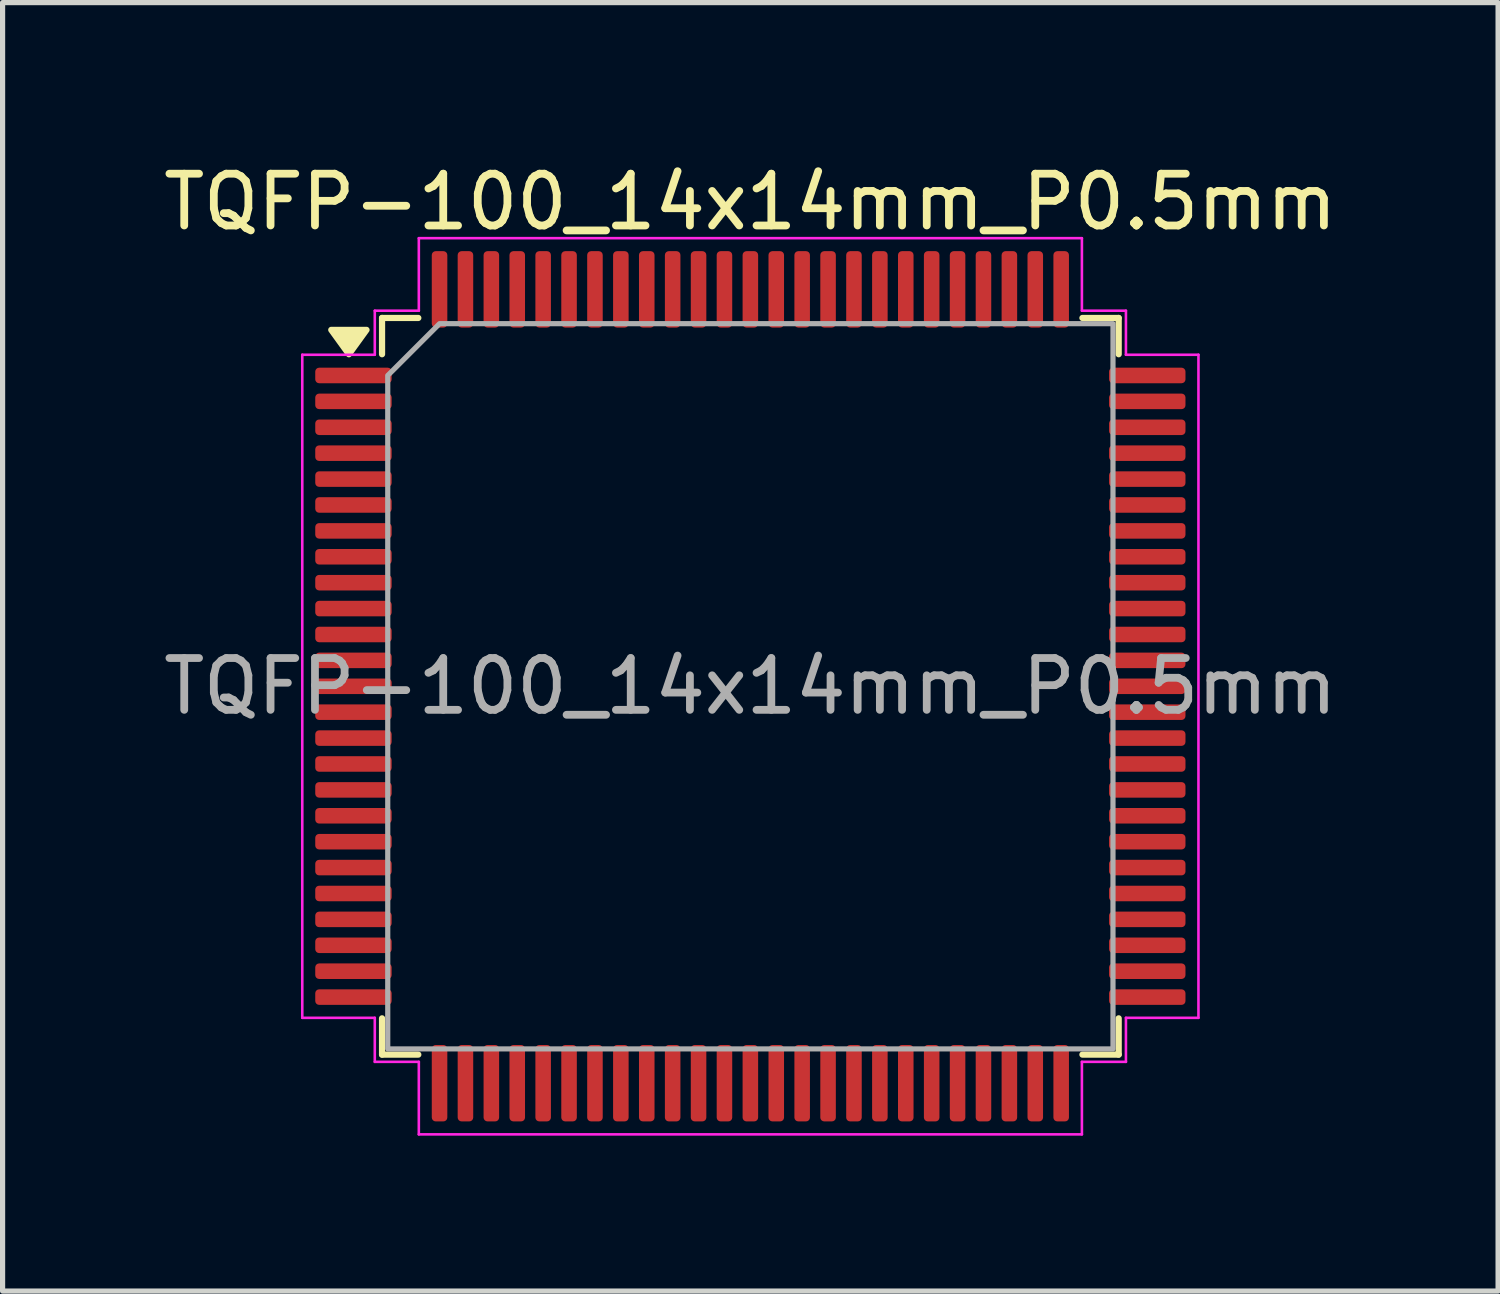
<source format=kicad_pcb>
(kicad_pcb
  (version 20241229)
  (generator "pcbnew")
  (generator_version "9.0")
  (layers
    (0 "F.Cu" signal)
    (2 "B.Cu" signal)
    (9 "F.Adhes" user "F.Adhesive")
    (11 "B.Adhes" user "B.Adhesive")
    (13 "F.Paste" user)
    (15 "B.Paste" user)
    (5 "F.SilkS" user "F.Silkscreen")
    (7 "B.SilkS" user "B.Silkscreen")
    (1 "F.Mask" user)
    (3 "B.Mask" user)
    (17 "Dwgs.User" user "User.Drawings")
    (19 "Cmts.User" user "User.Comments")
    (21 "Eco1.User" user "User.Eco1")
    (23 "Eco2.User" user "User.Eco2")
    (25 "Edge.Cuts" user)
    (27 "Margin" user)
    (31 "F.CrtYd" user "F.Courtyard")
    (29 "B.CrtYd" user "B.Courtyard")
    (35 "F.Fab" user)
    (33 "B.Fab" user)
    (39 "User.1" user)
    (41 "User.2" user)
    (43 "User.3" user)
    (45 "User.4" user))
  (footprint "TQFP-100_14x14mm_P0.5mm"
    (layer "F.Cu")
    (at 11.435 10.198)
    (property "Reference" "TQFP-100_14x14mm_P0.5mm" (at 0 -9.35 0) (layer "F.SilkS") (effects (font (size 1 1) (thickness 0.15))))
    (attr smd)
    (fp_line (start -7.11 -7.11) (end -6.41 -7.11) (stroke (width 0.12) (type solid)) (layer "F.SilkS"))
    (fp_line (start -7.11 -6.41) (end -7.11 -7.11) (stroke (width 0.12) (type solid)) (layer "F.SilkS"))
    (fp_line (start -7.11 7.11) (end -7.11 6.41) (stroke (width 0.12) (type solid)) (layer "F.SilkS"))
    (fp_line (start -6.41 7.11) (end -7.11 7.11) (stroke (width 0.12) (type solid)) (layer "F.SilkS"))
    (fp_line (start 6.41 -7.11) (end 7.11 -7.11) (stroke (width 0.12) (type solid)) (layer "F.SilkS"))
    (fp_line (start 7.11 -7.11) (end 7.11 -6.41) (stroke (width 0.12) (type solid)) (layer "F.SilkS"))
    (fp_line (start 7.11 6.41) (end 7.11 7.11) (stroke (width 0.12) (type solid)) (layer "F.SilkS"))
    (fp_line (start 7.11 7.11) (end 6.41 7.11) (stroke (width 0.12) (type solid)) (layer "F.SilkS"))
    (fp_poly (pts (xy -7.75 -6.41) (xy -8.09 -6.88) (xy -7.41 -6.88)) (stroke (width 0.12) (type solid)) (fill yes) (layer "F.SilkS"))
    (fp_line (start -8.65 -6.4) (end -7.25 -6.4) (stroke (width 0.05) (type solid)) (layer "F.CrtYd"))
    (fp_line (start -8.65 6.4) (end -8.65 -6.4) (stroke (width 0.05) (type solid)) (layer "F.CrtYd"))
    (fp_line (start -7.25 -7.25) (end -6.4 -7.25) (stroke (width 0.05) (type solid)) (layer "F.CrtYd"))
    (fp_line (start -7.25 -6.4) (end -7.25 -7.25) (stroke (width 0.05) (type solid)) (layer "F.CrtYd"))
    (fp_line (start -7.25 6.4) (end -8.65 6.4) (stroke (width 0.05) (type solid)) (layer "F.CrtYd"))
    (fp_line (start -7.25 7.25) (end -7.25 6.4) (stroke (width 0.05) (type solid)) (layer "F.CrtYd"))
    (fp_line (start -6.4 -8.65) (end 6.4 -8.65) (stroke (width 0.05) (type solid)) (layer "F.CrtYd"))
    (fp_line (start -6.4 -7.25) (end -6.4 -8.65) (stroke (width 0.05) (type solid)) (layer "F.CrtYd"))
    (fp_line (start -6.4 7.25) (end -7.25 7.25) (stroke (width 0.05) (type solid)) (layer "F.CrtYd"))
    (fp_line (start -6.4 8.65) (end -6.4 7.25) (stroke (width 0.05) (type solid)) (layer "F.CrtYd"))
    (fp_line (start 6.4 -8.65) (end 6.4 -7.25) (stroke (width 0.05) (type solid)) (layer "F.CrtYd"))
    (fp_line (start 6.4 -7.25) (end 7.25 -7.25) (stroke (width 0.05) (type solid)) (layer "F.CrtYd"))
    (fp_line (start 6.4 7.25) (end 6.4 8.65) (stroke (width 0.05) (type solid)) (layer "F.CrtYd"))
    (fp_line (start 6.4 8.65) (end -6.4 8.65) (stroke (width 0.05) (type solid)) (layer "F.CrtYd"))
    (fp_line (start 7.25 -7.25) (end 7.25 -6.4) (stroke (width 0.05) (type solid)) (layer "F.CrtYd"))
    (fp_line (start 7.25 -6.4) (end 8.65 -6.4) (stroke (width 0.05) (type solid)) (layer "F.CrtYd"))
    (fp_line (start 7.25 6.4) (end 7.25 7.25) (stroke (width 0.05) (type solid)) (layer "F.CrtYd"))
    (fp_line (start 7.25 7.25) (end 6.4 7.25) (stroke (width 0.05) (type solid)) (layer "F.CrtYd"))
    (fp_line (start 8.65 -6.4) (end 8.65 6.4) (stroke (width 0.05) (type solid)) (layer "F.CrtYd"))
    (fp_line (start 8.65 6.4) (end 7.25 6.4) (stroke (width 0.05) (type solid)) (layer "F.CrtYd"))
    (fp_poly (pts (xy -7 -6) (xy -7 7) (xy 7 7) (xy 7 -7) (xy -6 -7)) (stroke (width 0.1) (type solid)) (fill no) (layer "F.Fab"))
    (fp_text user "${REFERENCE}" (at 0 0 0) (layer "F.Fab") (effects (font (size 1 1) (thickness 0.15))))
    (pad "1" smd roundrect (at -7.662 -6) (size 1.475 0.3) (layers "F.Cu" "F.Mask" "F.Paste") (roundrect_rratio 0.25))
    (pad "2" smd roundrect (at -7.662 -5.5) (size 1.475 0.3) (layers "F.Cu" "F.Mask" "F.Paste") (roundrect_rratio 0.25))
    (pad "3" smd roundrect (at -7.662 -5) (size 1.475 0.3) (layers "F.Cu" "F.Mask" "F.Paste") (roundrect_rratio 0.25))
    (pad "4" smd roundrect (at -7.662 -4.5) (size 1.475 0.3) (layers "F.Cu" "F.Mask" "F.Paste") (roundrect_rratio 0.25))
    (pad "5" smd roundrect (at -7.662 -4) (size 1.475 0.3) (layers "F.Cu" "F.Mask" "F.Paste") (roundrect_rratio 0.25))
    (pad "6" smd roundrect (at -7.662 -3.5) (size 1.475 0.3) (layers "F.Cu" "F.Mask" "F.Paste") (roundrect_rratio 0.25))
    (pad "7" smd roundrect (at -7.662 -3) (size 1.475 0.3) (layers "F.Cu" "F.Mask" "F.Paste") (roundrect_rratio 0.25))
    (pad "8" smd roundrect (at -7.662 -2.5) (size 1.475 0.3) (layers "F.Cu" "F.Mask" "F.Paste") (roundrect_rratio 0.25))
    (pad "9" smd roundrect (at -7.662 -2) (size 1.475 0.3) (layers "F.Cu" "F.Mask" "F.Paste") (roundrect_rratio 0.25))
    (pad "10" smd roundrect (at -7.662 -1.5) (size 1.475 0.3) (layers "F.Cu" "F.Mask" "F.Paste") (roundrect_rratio 0.25))
    (pad "11" smd roundrect (at -7.662 -1) (size 1.475 0.3) (layers "F.Cu" "F.Mask" "F.Paste") (roundrect_rratio 0.25))
    (pad "12" smd roundrect (at -7.662 -0.5) (size 1.475 0.3) (layers "F.Cu" "F.Mask" "F.Paste") (roundrect_rratio 0.25))
    (pad "13" smd roundrect (at -7.662 0) (size 1.475 0.3) (layers "F.Cu" "F.Mask" "F.Paste") (roundrect_rratio 0.25))
    (pad "14" smd roundrect (at -7.662 0.5) (size 1.475 0.3) (layers "F.Cu" "F.Mask" "F.Paste") (roundrect_rratio 0.25))
    (pad "15" smd roundrect (at -7.662 1) (size 1.475 0.3) (layers "F.Cu" "F.Mask" "F.Paste") (roundrect_rratio 0.25))
    (pad "16" smd roundrect (at -7.662 1.5) (size 1.475 0.3) (layers "F.Cu" "F.Mask" "F.Paste") (roundrect_rratio 0.25))
    (pad "17" smd roundrect (at -7.662 2) (size 1.475 0.3) (layers "F.Cu" "F.Mask" "F.Paste") (roundrect_rratio 0.25))
    (pad "18" smd roundrect (at -7.662 2.5) (size 1.475 0.3) (layers "F.Cu" "F.Mask" "F.Paste") (roundrect_rratio 0.25))
    (pad "19" smd roundrect (at -7.662 3) (size 1.475 0.3) (layers "F.Cu" "F.Mask" "F.Paste") (roundrect_rratio 0.25))
    (pad "20" smd roundrect (at -7.662 3.5) (size 1.475 0.3) (layers "F.Cu" "F.Mask" "F.Paste") (roundrect_rratio 0.25))
    (pad "21" smd roundrect (at -7.662 4) (size 1.475 0.3) (layers "F.Cu" "F.Mask" "F.Paste") (roundrect_rratio 0.25))
    (pad "22" smd roundrect (at -7.662 4.5) (size 1.475 0.3) (layers "F.Cu" "F.Mask" "F.Paste") (roundrect_rratio 0.25))
    (pad "23" smd roundrect (at -7.662 5) (size 1.475 0.3) (layers "F.Cu" "F.Mask" "F.Paste") (roundrect_rratio 0.25))
    (pad "24" smd roundrect (at -7.662 5.5) (size 1.475 0.3) (layers "F.Cu" "F.Mask" "F.Paste") (roundrect_rratio 0.25))
    (pad "25" smd roundrect (at -7.662 6) (size 1.475 0.3) (layers "F.Cu" "F.Mask" "F.Paste") (roundrect_rratio 0.25))
    (pad "26" smd roundrect (at -6 7.662) (size 0.3 1.475) (layers "F.Cu" "F.Mask" "F.Paste") (roundrect_rratio 0.25))
    (pad "27" smd roundrect (at -5.5 7.662) (size 0.3 1.475) (layers "F.Cu" "F.Mask" "F.Paste") (roundrect_rratio 0.25))
    (pad "28" smd roundrect (at -5 7.662) (size 0.3 1.475) (layers "F.Cu" "F.Mask" "F.Paste") (roundrect_rratio 0.25))
    (pad "29" smd roundrect (at -4.5 7.662) (size 0.3 1.475) (layers "F.Cu" "F.Mask" "F.Paste") (roundrect_rratio 0.25))
    (pad "30" smd roundrect (at -4 7.662) (size 0.3 1.475) (layers "F.Cu" "F.Mask" "F.Paste") (roundrect_rratio 0.25))
    (pad "31" smd roundrect (at -3.5 7.662) (size 0.3 1.475) (layers "F.Cu" "F.Mask" "F.Paste") (roundrect_rratio 0.25))
    (pad "32" smd roundrect (at -3 7.662) (size 0.3 1.475) (layers "F.Cu" "F.Mask" "F.Paste") (roundrect_rratio 0.25))
    (pad "33" smd roundrect (at -2.5 7.662) (size 0.3 1.475) (layers "F.Cu" "F.Mask" "F.Paste") (roundrect_rratio 0.25))
    (pad "34" smd roundrect (at -2 7.662) (size 0.3 1.475) (layers "F.Cu" "F.Mask" "F.Paste") (roundrect_rratio 0.25))
    (pad "35" smd roundrect (at -1.5 7.662) (size 0.3 1.475) (layers "F.Cu" "F.Mask" "F.Paste") (roundrect_rratio 0.25))
    (pad "36" smd roundrect (at -1 7.662) (size 0.3 1.475) (layers "F.Cu" "F.Mask" "F.Paste") (roundrect_rratio 0.25))
    (pad "37" smd roundrect (at -0.5 7.662) (size 0.3 1.475) (layers "F.Cu" "F.Mask" "F.Paste") (roundrect_rratio 0.25))
    (pad "38" smd roundrect (at 0 7.662) (size 0.3 1.475) (layers "F.Cu" "F.Mask" "F.Paste") (roundrect_rratio 0.25))
    (pad "39" smd roundrect (at 0.5 7.662) (size 0.3 1.475) (layers "F.Cu" "F.Mask" "F.Paste") (roundrect_rratio 0.25))
    (pad "40" smd roundrect (at 1 7.662) (size 0.3 1.475) (layers "F.Cu" "F.Mask" "F.Paste") (roundrect_rratio 0.25))
    (pad "41" smd roundrect (at 1.5 7.662) (size 0.3 1.475) (layers "F.Cu" "F.Mask" "F.Paste") (roundrect_rratio 0.25))
    (pad "42" smd roundrect (at 2 7.662) (size 0.3 1.475) (layers "F.Cu" "F.Mask" "F.Paste") (roundrect_rratio 0.25))
    (pad "43" smd roundrect (at 2.5 7.662) (size 0.3 1.475) (layers "F.Cu" "F.Mask" "F.Paste") (roundrect_rratio 0.25))
    (pad "44" smd roundrect (at 3 7.662) (size 0.3 1.475) (layers "F.Cu" "F.Mask" "F.Paste") (roundrect_rratio 0.25))
    (pad "45" smd roundrect (at 3.5 7.662) (size 0.3 1.475) (layers "F.Cu" "F.Mask" "F.Paste") (roundrect_rratio 0.25))
    (pad "46" smd roundrect (at 4 7.662) (size 0.3 1.475) (layers "F.Cu" "F.Mask" "F.Paste") (roundrect_rratio 0.25))
    (pad "47" smd roundrect (at 4.5 7.662) (size 0.3 1.475) (layers "F.Cu" "F.Mask" "F.Paste") (roundrect_rratio 0.25))
    (pad "48" smd roundrect (at 5 7.662) (size 0.3 1.475) (layers "F.Cu" "F.Mask" "F.Paste") (roundrect_rratio 0.25))
    (pad "49" smd roundrect (at 5.5 7.662) (size 0.3 1.475) (layers "F.Cu" "F.Mask" "F.Paste") (roundrect_rratio 0.25))
    (pad "50" smd roundrect (at 6 7.662) (size 0.3 1.475) (layers "F.Cu" "F.Mask" "F.Paste") (roundrect_rratio 0.25))
    (pad "51" smd roundrect (at 7.662 6) (size 1.475 0.3) (layers "F.Cu" "F.Mask" "F.Paste") (roundrect_rratio 0.25))
    (pad "52" smd roundrect (at 7.662 5.5) (size 1.475 0.3) (layers "F.Cu" "F.Mask" "F.Paste") (roundrect_rratio 0.25))
    (pad "53" smd roundrect (at 7.662 5) (size 1.475 0.3) (layers "F.Cu" "F.Mask" "F.Paste") (roundrect_rratio 0.25))
    (pad "54" smd roundrect (at 7.662 4.5) (size 1.475 0.3) (layers "F.Cu" "F.Mask" "F.Paste") (roundrect_rratio 0.25))
    (pad "55" smd roundrect (at 7.662 4) (size 1.475 0.3) (layers "F.Cu" "F.Mask" "F.Paste") (roundrect_rratio 0.25))
    (pad "56" smd roundrect (at 7.662 3.5) (size 1.475 0.3) (layers "F.Cu" "F.Mask" "F.Paste") (roundrect_rratio 0.25))
    (pad "57" smd roundrect (at 7.662 3) (size 1.475 0.3) (layers "F.Cu" "F.Mask" "F.Paste") (roundrect_rratio 0.25))
    (pad "58" smd roundrect (at 7.662 2.5) (size 1.475 0.3) (layers "F.Cu" "F.Mask" "F.Paste") (roundrect_rratio 0.25))
    (pad "59" smd roundrect (at 7.662 2) (size 1.475 0.3) (layers "F.Cu" "F.Mask" "F.Paste") (roundrect_rratio 0.25))
    (pad "60" smd roundrect (at 7.662 1.5) (size 1.475 0.3) (layers "F.Cu" "F.Mask" "F.Paste") (roundrect_rratio 0.25))
    (pad "61" smd roundrect (at 7.662 1) (size 1.475 0.3) (layers "F.Cu" "F.Mask" "F.Paste") (roundrect_rratio 0.25))
    (pad "62" smd roundrect (at 7.662 0.5) (size 1.475 0.3) (layers "F.Cu" "F.Mask" "F.Paste") (roundrect_rratio 0.25))
    (pad "63" smd roundrect (at 7.662 0) (size 1.475 0.3) (layers "F.Cu" "F.Mask" "F.Paste") (roundrect_rratio 0.25))
    (pad "64" smd roundrect (at 7.662 -0.5) (size 1.475 0.3) (layers "F.Cu" "F.Mask" "F.Paste") (roundrect_rratio 0.25))
    (pad "65" smd roundrect (at 7.662 -1) (size 1.475 0.3) (layers "F.Cu" "F.Mask" "F.Paste") (roundrect_rratio 0.25))
    (pad "66" smd roundrect (at 7.662 -1.5) (size 1.475 0.3) (layers "F.Cu" "F.Mask" "F.Paste") (roundrect_rratio 0.25))
    (pad "67" smd roundrect (at 7.662 -2) (size 1.475 0.3) (layers "F.Cu" "F.Mask" "F.Paste") (roundrect_rratio 0.25))
    (pad "68" smd roundrect (at 7.662 -2.5) (size 1.475 0.3) (layers "F.Cu" "F.Mask" "F.Paste") (roundrect_rratio 0.25))
    (pad "69" smd roundrect (at 7.662 -3) (size 1.475 0.3) (layers "F.Cu" "F.Mask" "F.Paste") (roundrect_rratio 0.25))
    (pad "70" smd roundrect (at 7.662 -3.5) (size 1.475 0.3) (layers "F.Cu" "F.Mask" "F.Paste") (roundrect_rratio 0.25))
    (pad "71" smd roundrect (at 7.662 -4) (size 1.475 0.3) (layers "F.Cu" "F.Mask" "F.Paste") (roundrect_rratio 0.25))
    (pad "72" smd roundrect (at 7.662 -4.5) (size 1.475 0.3) (layers "F.Cu" "F.Mask" "F.Paste") (roundrect_rratio 0.25))
    (pad "73" smd roundrect (at 7.662 -5) (size 1.475 0.3) (layers "F.Cu" "F.Mask" "F.Paste") (roundrect_rratio 0.25))
    (pad "74" smd roundrect (at 7.662 -5.5) (size 1.475 0.3) (layers "F.Cu" "F.Mask" "F.Paste") (roundrect_rratio 0.25))
    (pad "75" smd roundrect (at 7.662 -6) (size 1.475 0.3) (layers "F.Cu" "F.Mask" "F.Paste") (roundrect_rratio 0.25))
    (pad "76" smd roundrect (at 6 -7.662) (size 0.3 1.475) (layers "F.Cu" "F.Mask" "F.Paste") (roundrect_rratio 0.25))
    (pad "77" smd roundrect (at 5.5 -7.662) (size 0.3 1.475) (layers "F.Cu" "F.Mask" "F.Paste") (roundrect_rratio 0.25))
    (pad "78" smd roundrect (at 5 -7.662) (size 0.3 1.475) (layers "F.Cu" "F.Mask" "F.Paste") (roundrect_rratio 0.25))
    (pad "79" smd roundrect (at 4.5 -7.662) (size 0.3 1.475) (layers "F.Cu" "F.Mask" "F.Paste") (roundrect_rratio 0.25))
    (pad "80" smd roundrect (at 4 -7.662) (size 0.3 1.475) (layers "F.Cu" "F.Mask" "F.Paste") (roundrect_rratio 0.25))
    (pad "81" smd roundrect (at 3.5 -7.662) (size 0.3 1.475) (layers "F.Cu" "F.Mask" "F.Paste") (roundrect_rratio 0.25))
    (pad "82" smd roundrect (at 3 -7.662) (size 0.3 1.475) (layers "F.Cu" "F.Mask" "F.Paste") (roundrect_rratio 0.25))
    (pad "83" smd roundrect (at 2.5 -7.662) (size 0.3 1.475) (layers "F.Cu" "F.Mask" "F.Paste") (roundrect_rratio 0.25))
    (pad "84" smd roundrect (at 2 -7.662) (size 0.3 1.475) (layers "F.Cu" "F.Mask" "F.Paste") (roundrect_rratio 0.25))
    (pad "85" smd roundrect (at 1.5 -7.662) (size 0.3 1.475) (layers "F.Cu" "F.Mask" "F.Paste") (roundrect_rratio 0.25))
    (pad "86" smd roundrect (at 1 -7.662) (size 0.3 1.475) (layers "F.Cu" "F.Mask" "F.Paste") (roundrect_rratio 0.25))
    (pad "87" smd roundrect (at 0.5 -7.662) (size 0.3 1.475) (layers "F.Cu" "F.Mask" "F.Paste") (roundrect_rratio 0.25))
    (pad "88" smd roundrect (at 0 -7.662) (size 0.3 1.475) (layers "F.Cu" "F.Mask" "F.Paste") (roundrect_rratio 0.25))
    (pad "89" smd roundrect (at -0.5 -7.662) (size 0.3 1.475) (layers "F.Cu" "F.Mask" "F.Paste") (roundrect_rratio 0.25))
    (pad "90" smd roundrect (at -1 -7.662) (size 0.3 1.475) (layers "F.Cu" "F.Mask" "F.Paste") (roundrect_rratio 0.25))
    (pad "91" smd roundrect (at -1.5 -7.662) (size 0.3 1.475) (layers "F.Cu" "F.Mask" "F.Paste") (roundrect_rratio 0.25))
    (pad "92" smd roundrect (at -2 -7.662) (size 0.3 1.475) (layers "F.Cu" "F.Mask" "F.Paste") (roundrect_rratio 0.25))
    (pad "93" smd roundrect (at -2.5 -7.662) (size 0.3 1.475) (layers "F.Cu" "F.Mask" "F.Paste") (roundrect_rratio 0.25))
    (pad "94" smd roundrect (at -3 -7.662) (size 0.3 1.475) (layers "F.Cu" "F.Mask" "F.Paste") (roundrect_rratio 0.25))
    (pad "95" smd roundrect (at -3.5 -7.662) (size 0.3 1.475) (layers "F.Cu" "F.Mask" "F.Paste") (roundrect_rratio 0.25))
    (pad "96" smd roundrect (at -4 -7.662) (size 0.3 1.475) (layers "F.Cu" "F.Mask" "F.Paste") (roundrect_rratio 0.25))
    (pad "97" smd roundrect (at -4.5 -7.662) (size 0.3 1.475) (layers "F.Cu" "F.Mask" "F.Paste") (roundrect_rratio 0.25))
    (pad "98" smd roundrect (at -5 -7.662) (size 0.3 1.475) (layers "F.Cu" "F.Mask" "F.Paste") (roundrect_rratio 0.25))
    (pad "99" smd roundrect (at -5.5 -7.662) (size 0.3 1.475) (layers "F.Cu" "F.Mask" "F.Paste") (roundrect_rratio 0.25))
    (pad "100" smd roundrect (at -6 -7.662) (size 0.3 1.475) (layers "F.Cu" "F.Mask" "F.Paste") (roundrect_rratio 0.25)))
  (gr_rect
    (start -3 -3)
    (end 25.869 21.873)
    (stroke (width 0.1) (type default))
    (fill no)
    (layer "Edge.Cuts")))
</source>
